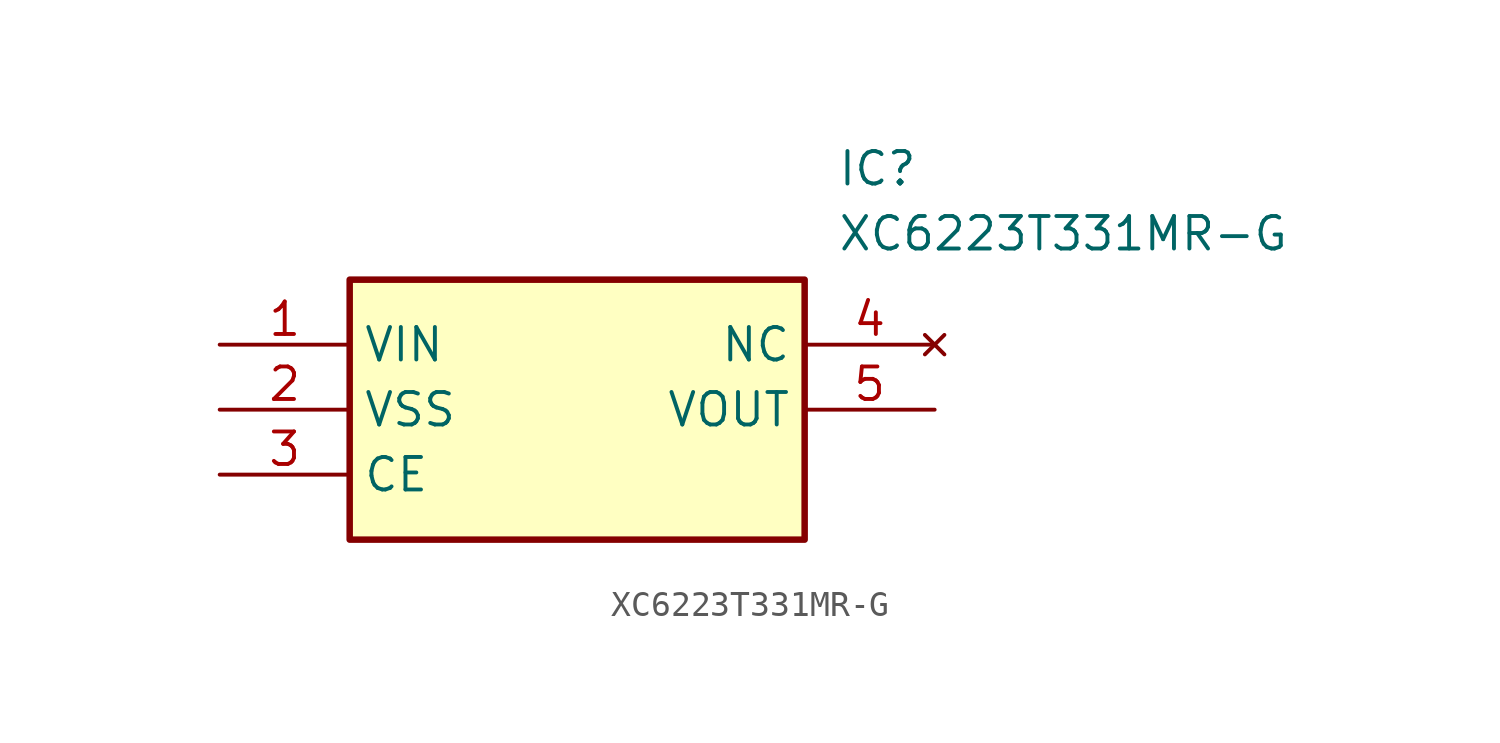
<source format=kicad_sym>
(kicad_symbol_lib
  (version 20211014)
  (generator SamacSys_ECAD_Model)
  (symbol "XC6223T331MR-G"
    (property "Reference" "IC"
      (at 24.13 7.62 0)
      (effects (font (size 1.27 1.27)) (justify left top)))
    (property "Value" "XC6223T331MR-G"
      (at 24.13 5.08 0)
      (effects (font (size 1.27 1.27)) (justify left top)))
    (rectangle
      (start 5.08 2.54)
      (end 22.86 -7.62)
      (stroke (width 0.254) (type default))
      (fill (type background)))
    (pin passive line
      (at 0 0 0)
      (length 5.08)
      (name "VIN" (effects (font (size 1.27 1.27))))
      (number "1" (effects (font (size 1.27 1.27)))))
    (pin passive line
      (at 0 -2.54 0)
      (length 5.08)
      (name "VSS" (effects (font (size 1.27 1.27))))
      (number "2" (effects (font (size 1.27 1.27)))))
    (pin passive line
      (at 0 -5.08 0)
      (length 5.08)
      (name "CE" (effects (font (size 1.27 1.27))))
      (number "3" (effects (font (size 1.27 1.27)))))
    (pin no_connect line
      (at 27.94 0 180)
      (length 5.08)
      (name "NC" (effects (font (size 1.27 1.27))))
      (number "4" (effects (font (size 1.27 1.27)))))
    (pin passive line
      (at 27.94 -2.54 180)
      (length 5.08)
      (name "VOUT" (effects (font (size 1.27 1.27))))
      (number "5" (effects (font (size 1.27 1.27)))))))
</source>
